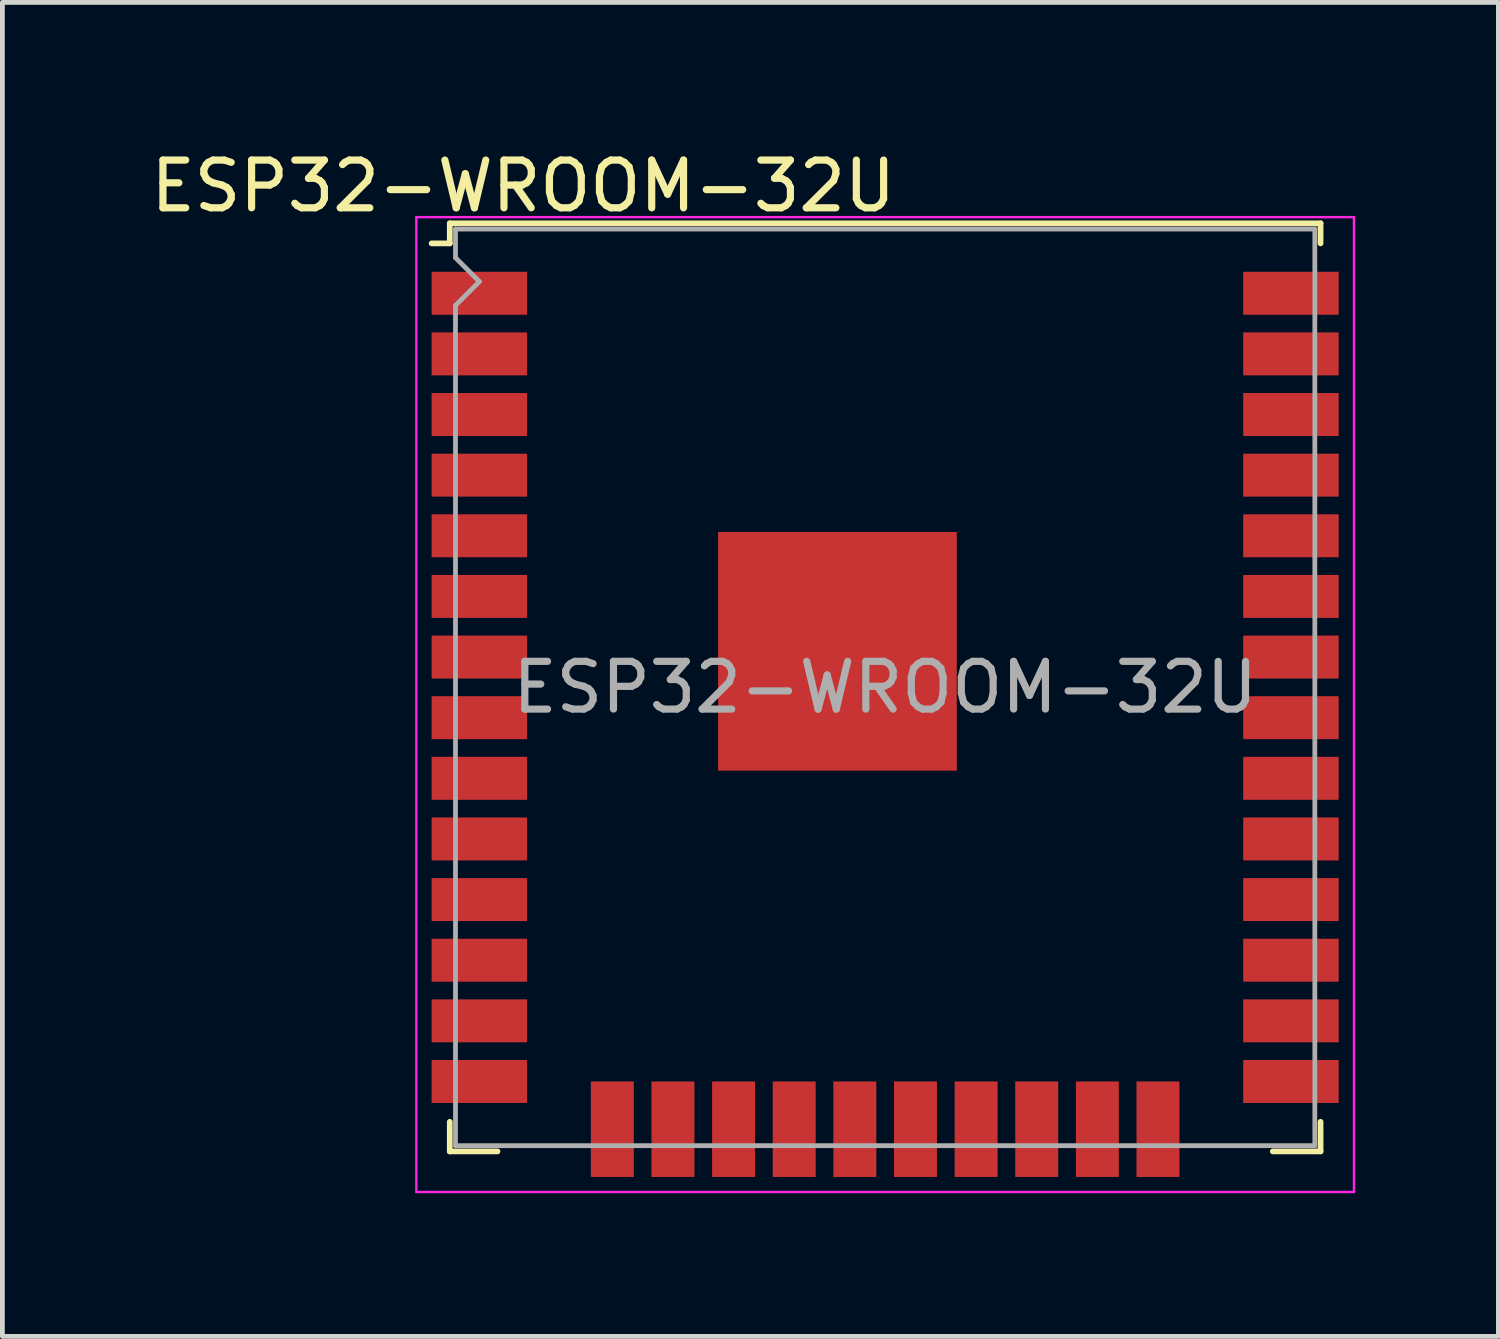
<source format=kicad_pcb>
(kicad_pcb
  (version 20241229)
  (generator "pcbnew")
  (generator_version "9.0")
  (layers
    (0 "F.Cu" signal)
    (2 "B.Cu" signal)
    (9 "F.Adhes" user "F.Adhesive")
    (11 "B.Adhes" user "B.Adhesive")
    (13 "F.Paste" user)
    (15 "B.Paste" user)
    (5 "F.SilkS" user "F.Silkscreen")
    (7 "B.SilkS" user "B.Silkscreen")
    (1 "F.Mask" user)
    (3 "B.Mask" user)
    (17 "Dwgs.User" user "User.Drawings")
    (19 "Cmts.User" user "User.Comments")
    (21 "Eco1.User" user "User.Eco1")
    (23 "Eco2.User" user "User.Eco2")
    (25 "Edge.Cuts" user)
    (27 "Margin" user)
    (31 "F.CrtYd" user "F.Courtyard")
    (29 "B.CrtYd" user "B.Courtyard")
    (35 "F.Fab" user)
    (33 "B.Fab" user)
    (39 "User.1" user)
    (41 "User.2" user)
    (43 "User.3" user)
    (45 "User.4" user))
  (footprint "ESP32-WROOM-32U"
    (layer "F.Cu")
    (at 15.491 11.348)
    (property "Reference" "ESP32-WROOM-32U" (at -7.58 -10.5 180) (layer "F.SilkS") (effects (font (size 1 1) (thickness 0.15))))
    (attr smd)
    (fp_line (start -9.12 -9.72) (end -9.12 -9.3) (stroke (width 0.12) (type solid)) (layer "F.SilkS"))
    (fp_line (start -9.12 -9.72) (end 9.12 -9.72) (stroke (width 0.12) (type solid)) (layer "F.SilkS"))
    (fp_line (start -9.12 -9.3) (end -9.5 -9.3) (stroke (width 0.12) (type solid)) (layer "F.SilkS"))
    (fp_line (start -9.12 9.1) (end -9.12 9.72) (stroke (width 0.12) (type solid)) (layer "F.SilkS"))
    (fp_line (start -9.12 9.72) (end -8.12 9.72) (stroke (width 0.12) (type solid)) (layer "F.SilkS"))
    (fp_line (start 9.12 -9.72) (end 9.12 -9.3) (stroke (width 0.12) (type solid)) (layer "F.SilkS"))
    (fp_line (start 9.12 9.1) (end 9.12 9.72) (stroke (width 0.12) (type solid)) (layer "F.SilkS"))
    (fp_line (start 9.12 9.72) (end 8.12 9.72) (stroke (width 0.12) (type solid)) (layer "F.SilkS"))
    (fp_line (start -9.82 10.57) (end -9.82 -9.85) (stroke (width 0.05) (type solid)) (layer "F.CrtYd"))
    (fp_line (start -9.82 10.57) (end 9.82 10.57) (stroke (width 0.05) (type solid)) (layer "F.CrtYd"))
    (fp_line (start 9.82 -9.85) (end -9.82 -9.85) (stroke (width 0.05) (type solid)) (layer "F.CrtYd"))
    (fp_line (start 9.82 -9.85) (end 9.82 10.57) (stroke (width 0.05) (type solid)) (layer "F.CrtYd"))
    (fp_line (start -9 -9.6) (end -9 -9) (stroke (width 0.1) (type solid)) (layer "F.Fab"))
    (fp_line (start -9 -9.6) (end 9 -9.6) (stroke (width 0.1) (type solid)) (layer "F.Fab"))
    (fp_line (start -9 -8) (end -9 9.6) (stroke (width 0.1) (type solid)) (layer "F.Fab"))
    (fp_line (start -9 -8) (end -8.5 -8.5) (stroke (width 0.1) (type solid)) (layer "F.Fab"))
    (fp_line (start -9 9.6) (end 9 9.6) (stroke (width 0.1) (type solid)) (layer "F.Fab"))
    (fp_line (start -8.5 -8.5) (end -9 -9) (stroke (width 0.1) (type solid)) (layer "F.Fab"))
    (fp_line (start 9 9.6) (end 9 -9.6) (stroke (width 0.1) (type solid)) (layer "F.Fab"))
    (fp_text user "${REFERENCE}" (at 0 0 0) (layer "F.Fab") (effects (font (size 1 1) (thickness 0.15))))
    (pad "1" smd rect (at -8.5 -8.255) (size 2 0.9) (layers "F.Cu" "F.Mask" "F.Paste"))
    (pad "2" smd rect (at -8.5 -6.985) (size 2 0.9) (layers "F.Cu" "F.Mask" "F.Paste"))
    (pad "3" smd rect (at -8.5 -5.715) (size 2 0.9) (layers "F.Cu" "F.Mask" "F.Paste"))
    (pad "4" smd rect (at -8.5 -4.445) (size 2 0.9) (layers "F.Cu" "F.Mask" "F.Paste"))
    (pad "5" smd rect (at -8.5 -3.175) (size 2 0.9) (layers "F.Cu" "F.Mask" "F.Paste"))
    (pad "6" smd rect (at -8.5 -1.905) (size 2 0.9) (layers "F.Cu" "F.Mask" "F.Paste"))
    (pad "7" smd rect (at -8.5 -0.635) (size 2 0.9) (layers "F.Cu" "F.Mask" "F.Paste"))
    (pad "8" smd rect (at -8.5 0.635) (size 2 0.9) (layers "F.Cu" "F.Mask" "F.Paste"))
    (pad "9" smd rect (at -8.5 1.905) (size 2 0.9) (layers "F.Cu" "F.Mask" "F.Paste"))
    (pad "10" smd rect (at -8.5 3.175) (size 2 0.9) (layers "F.Cu" "F.Mask" "F.Paste"))
    (pad "11" smd rect (at -8.5 4.445) (size 2 0.9) (layers "F.Cu" "F.Mask" "F.Paste"))
    (pad "12" smd rect (at -8.5 5.715) (size 2 0.9) (layers "F.Cu" "F.Mask" "F.Paste"))
    (pad "13" smd rect (at -8.5 6.985) (size 2 0.9) (layers "F.Cu" "F.Mask" "F.Paste"))
    (pad "14" smd rect (at -8.5 8.255) (size 2 0.9) (layers "F.Cu" "F.Mask" "F.Paste"))
    (pad "15" smd rect (at -5.715 9.255 270) (size 2 0.9) (layers "F.Cu" "F.Mask" "F.Paste"))
    (pad "16" smd rect (at -4.445 9.255 90) (size 2 0.9) (layers "F.Cu" "F.Mask" "F.Paste"))
    (pad "17" smd rect (at -3.175 9.255 90) (size 2 0.9) (layers "F.Cu" "F.Mask" "F.Paste"))
    (pad "18" smd rect (at -1.905 9.255 90) (size 2 0.9) (layers "F.Cu" "F.Mask" "F.Paste"))
    (pad "19" smd rect (at -0.635 9.255 90) (size 2 0.9) (layers "F.Cu" "F.Mask" "F.Paste"))
    (pad "20" smd rect (at 0.635 9.255 90) (size 2 0.9) (layers "F.Cu" "F.Mask" "F.Paste"))
    (pad "21" smd rect (at 1.905 9.255 90) (size 2 0.9) (layers "F.Cu" "F.Mask" "F.Paste"))
    (pad "22" smd rect (at 3.175 9.255 90) (size 2 0.9) (layers "F.Cu" "F.Mask" "F.Paste"))
    (pad "23" smd rect (at 4.445 9.255 90) (size 2 0.9) (layers "F.Cu" "F.Mask" "F.Paste"))
    (pad "24" smd rect (at 5.715 9.255 90) (size 2 0.9) (layers "F.Cu" "F.Mask" "F.Paste"))
    (pad "25" smd rect (at 8.5 8.255) (size 2 0.9) (layers "F.Cu" "F.Mask" "F.Paste"))
    (pad "26" smd rect (at 8.5 6.985) (size 2 0.9) (layers "F.Cu" "F.Mask" "F.Paste"))
    (pad "27" smd rect (at 8.5 5.715) (size 2 0.9) (layers "F.Cu" "F.Mask" "F.Paste"))
    (pad "28" smd rect (at 8.5 4.445) (size 2 0.9) (layers "F.Cu" "F.Mask" "F.Paste"))
    (pad "29" smd rect (at 8.5 3.175) (size 2 0.9) (layers "F.Cu" "F.Mask" "F.Paste"))
    (pad "30" smd rect (at 8.5 1.905) (size 2 0.9) (layers "F.Cu" "F.Mask" "F.Paste"))
    (pad "31" smd rect (at 8.5 0.635) (size 2 0.9) (layers "F.Cu" "F.Mask" "F.Paste"))
    (pad "32" smd rect (at 8.5 -0.635) (size 2 0.9) (layers "F.Cu" "F.Mask" "F.Paste"))
    (pad "33" smd rect (at 8.5 -1.905) (size 2 0.9) (layers "F.Cu" "F.Mask" "F.Paste"))
    (pad "34" smd rect (at 8.5 -3.175) (size 2 0.9) (layers "F.Cu" "F.Mask" "F.Paste"))
    (pad "35" smd rect (at 8.5 -4.445) (size 2 0.9) (layers "F.Cu" "F.Mask" "F.Paste"))
    (pad "36" smd rect (at 8.5 -5.715) (size 2 0.9) (layers "F.Cu" "F.Mask" "F.Paste"))
    (pad "37" smd rect (at 8.5 -6.985) (size 2 0.9) (layers "F.Cu" "F.Mask" "F.Paste"))
    (pad "38" smd rect (at 8.5 -8.255) (size 2 0.9) (layers "F.Cu" "F.Mask" "F.Paste"))
    (pad "39" smd rect (at -1 -0.755) (size 5 5) (layers "F.Cu" "F.Mask" "F.Paste")))
  (gr_rect
    (start -3 -3)
    (end 28.336 24.943)
    (stroke (width 0.1) (type default))
    (fill no)
    (layer "Edge.Cuts")))
</source>
